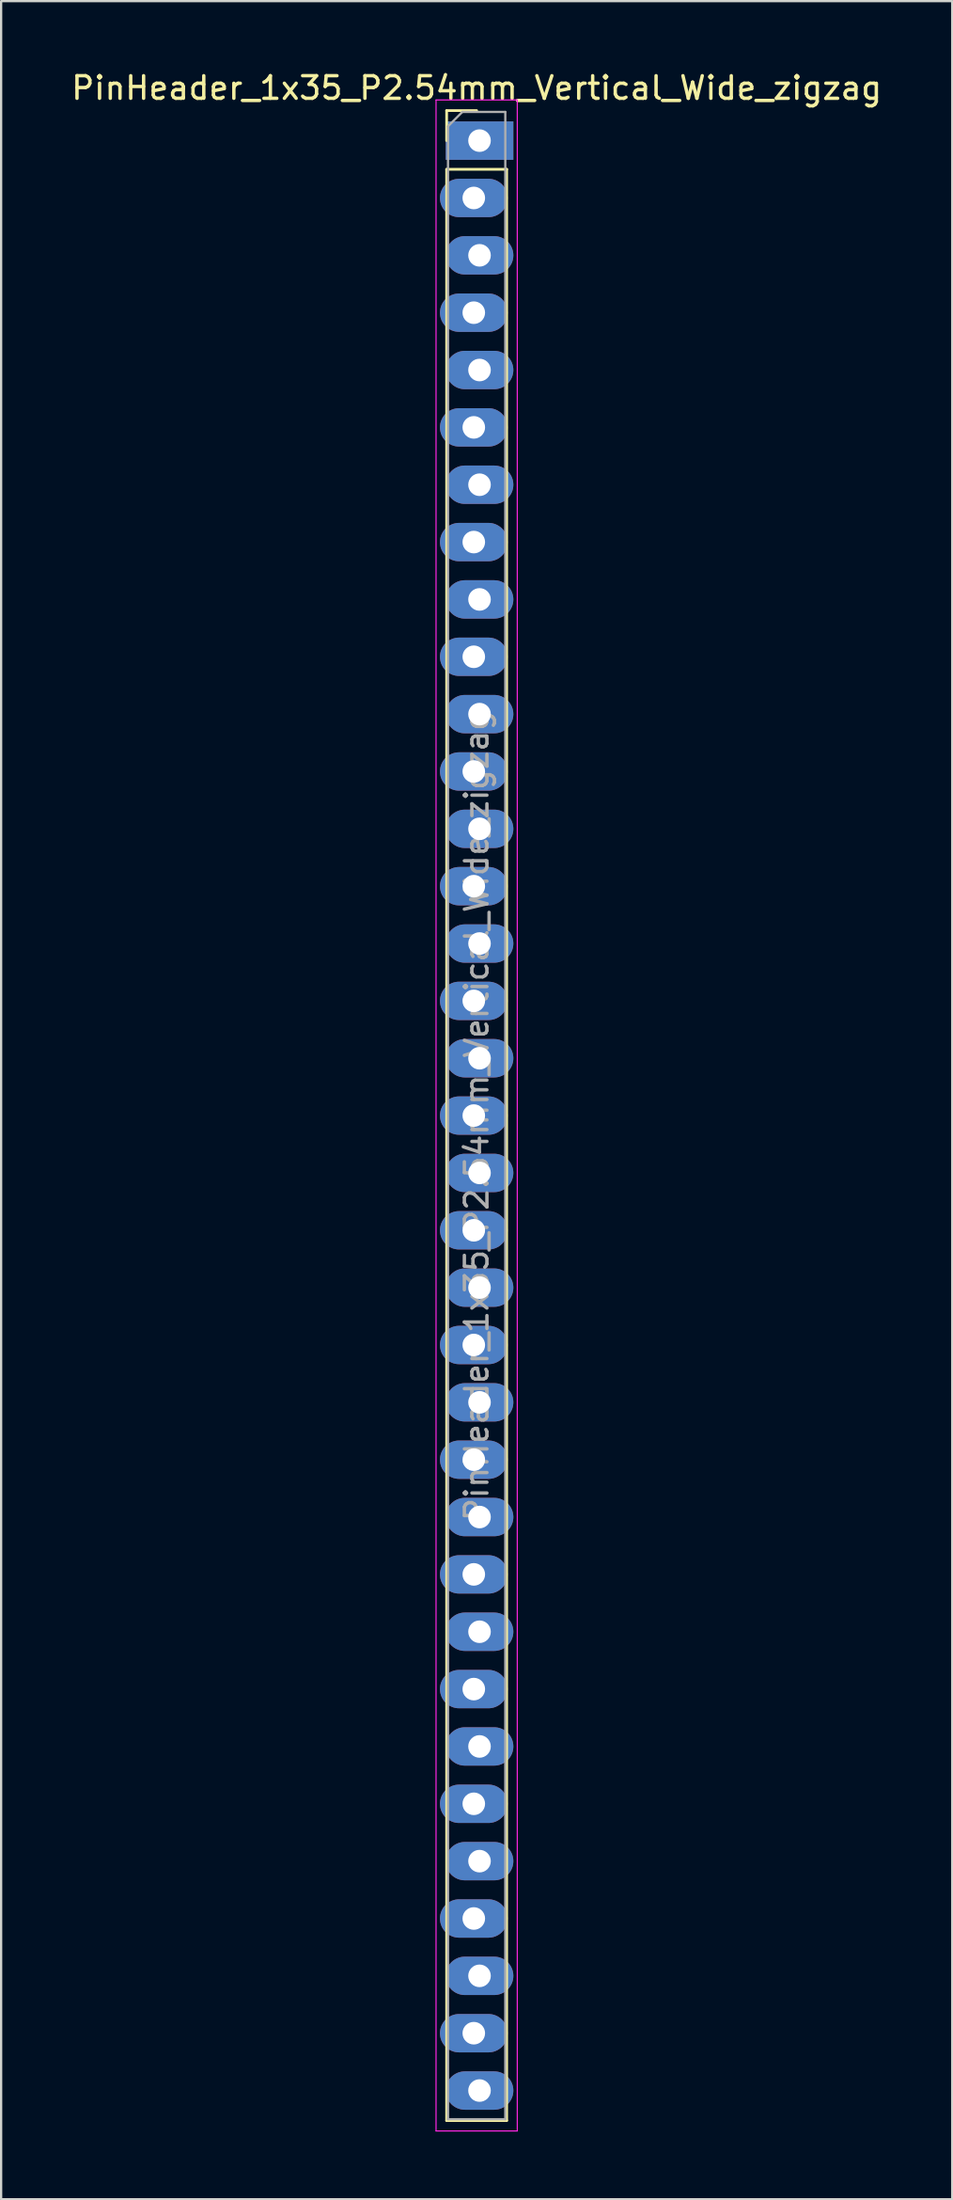
<source format=kicad_pcb>
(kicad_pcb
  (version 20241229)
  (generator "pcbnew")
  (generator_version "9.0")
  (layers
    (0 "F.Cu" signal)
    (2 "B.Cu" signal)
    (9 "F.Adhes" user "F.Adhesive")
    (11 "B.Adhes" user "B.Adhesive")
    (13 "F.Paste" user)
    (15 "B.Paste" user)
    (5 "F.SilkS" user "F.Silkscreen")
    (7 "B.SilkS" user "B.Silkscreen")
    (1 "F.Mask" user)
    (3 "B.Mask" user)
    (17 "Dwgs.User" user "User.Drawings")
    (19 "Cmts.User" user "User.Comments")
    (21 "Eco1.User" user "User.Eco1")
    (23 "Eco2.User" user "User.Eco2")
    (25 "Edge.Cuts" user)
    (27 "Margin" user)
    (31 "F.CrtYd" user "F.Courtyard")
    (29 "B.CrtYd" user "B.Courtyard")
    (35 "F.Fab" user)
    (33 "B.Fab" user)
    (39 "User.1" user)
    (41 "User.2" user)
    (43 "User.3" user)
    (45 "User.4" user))
  (footprint "PinHeader_1x35_P2.54mm_Vertical_Wide_zigzag"
    (layer "F.Cu")
    (at 18.077 3.178)
    (property "Reference" "PinHeader_1x35_P2.54mm_Vertical_Wide_zigzag" (at 0 -2.33 0) (layer "F.SilkS") (effects (font (size 1 1) (thickness 0.15))))
    (attr through_hole)
    (fp_line (start -1.33 -1.33) (end 0 -1.33) (stroke (width 0.12) (type solid)) (layer "F.SilkS"))
    (fp_line (start -1.33 0) (end -1.33 -1.33) (stroke (width 0.12) (type solid)) (layer "F.SilkS"))
    (fp_line (start -1.33 1.27) (end -1.33 87.69) (stroke (width 0.12) (type solid)) (layer "F.SilkS"))
    (fp_line (start -1.33 1.27) (end 1.33 1.27) (stroke (width 0.12) (type solid)) (layer "F.SilkS"))
    (fp_line (start -1.33 87.69) (end 1.33 87.69) (stroke (width 0.12) (type solid)) (layer "F.SilkS"))
    (fp_line (start 1.33 1.27) (end 1.33 87.69) (stroke (width 0.12) (type solid)) (layer "F.SilkS"))
    (fp_line (start -1.8 -1.8) (end -1.8 88.15) (stroke (width 0.05) (type solid)) (layer "F.CrtYd"))
    (fp_line (start -1.8 88.15) (end 1.8 88.15) (stroke (width 0.05) (type solid)) (layer "F.CrtYd"))
    (fp_line (start 1.8 -1.8) (end -1.8 -1.8) (stroke (width 0.05) (type solid)) (layer "F.CrtYd"))
    (fp_line (start 1.8 88.15) (end 1.8 -1.8) (stroke (width 0.05) (type solid)) (layer "F.CrtYd"))
    (fp_line (start -1.27 -0.635) (end -0.635 -1.27) (stroke (width 0.1) (type solid)) (layer "F.Fab"))
    (fp_line (start -1.27 87.63) (end -1.27 -0.635) (stroke (width 0.1) (type solid)) (layer "F.Fab"))
    (fp_line (start -0.635 -1.27) (end 1.27 -1.27) (stroke (width 0.1) (type solid)) (layer "F.Fab"))
    (fp_line (start 1.27 -1.27) (end 1.27 87.63) (stroke (width 0.1) (type solid)) (layer "F.Fab"))
    (fp_line (start 1.27 87.63) (end -1.27 87.63) (stroke (width 0.1) (type solid)) (layer "F.Fab"))
    (fp_text user "${REFERENCE}" (at 0 43.18 90) (layer "F.Fab") (effects (font (size 1 1) (thickness 0.15))))
    (pad "1" thru_hole rect (at 0.127 0) (size 3 1.7) (drill 1) (layers "*.Cu" "*.Mask"))
    (pad "2" thru_hole oval (at -0.127 2.54) (size 3 1.7) (drill 1) (layers "*.Cu" "*.Mask"))
    (pad "3" thru_hole oval (at 0.127 5.08) (size 3 1.7) (drill 1) (layers "*.Cu" "*.Mask"))
    (pad "4" thru_hole oval (at -0.127 7.62) (size 3 1.7) (drill 1) (layers "*.Cu" "*.Mask"))
    (pad "5" thru_hole oval (at 0.127 10.16) (size 3 1.7) (drill 1) (layers "*.Cu" "*.Mask"))
    (pad "6" thru_hole oval (at -0.127 12.7) (size 3 1.7) (drill 1) (layers "*.Cu" "*.Mask"))
    (pad "7" thru_hole oval (at 0.127 15.24) (size 3 1.7) (drill 1) (layers "*.Cu" "*.Mask"))
    (pad "8" thru_hole oval (at -0.127 17.78) (size 3 1.7) (drill 1) (layers "*.Cu" "*.Mask"))
    (pad "9" thru_hole oval (at 0.127 20.32) (size 3 1.7) (drill 1) (layers "*.Cu" "*.Mask"))
    (pad "10" thru_hole oval (at -0.127 22.86) (size 3 1.7) (drill 1) (layers "*.Cu" "*.Mask"))
    (pad "11" thru_hole oval (at 0.127 25.4) (size 3 1.7) (drill 1) (layers "*.Cu" "*.Mask"))
    (pad "12" thru_hole oval (at -0.127 27.94) (size 3 1.7) (drill 1) (layers "*.Cu" "*.Mask"))
    (pad "13" thru_hole oval (at 0.127 30.48) (size 3 1.7) (drill 1) (layers "*.Cu" "*.Mask"))
    (pad "14" thru_hole oval (at -0.127 33.02) (size 3 1.7) (drill 1) (layers "*.Cu" "*.Mask"))
    (pad "15" thru_hole oval (at 0.127 35.56) (size 3 1.7) (drill 1) (layers "*.Cu" "*.Mask"))
    (pad "16" thru_hole oval (at -0.127 38.1) (size 3 1.7) (drill 1) (layers "*.Cu" "*.Mask"))
    (pad "17" thru_hole oval (at 0.127 40.64) (size 3 1.7) (drill 1) (layers "*.Cu" "*.Mask"))
    (pad "18" thru_hole oval (at -0.127 43.18) (size 3 1.7) (drill 1) (layers "*.Cu" "*.Mask"))
    (pad "19" thru_hole oval (at 0.127 45.72) (size 3 1.7) (drill 1) (layers "*.Cu" "*.Mask"))
    (pad "20" thru_hole oval (at -0.127 48.26) (size 3 1.7) (drill 1) (layers "*.Cu" "*.Mask"))
    (pad "21" thru_hole oval (at 0.127 50.8) (size 3 1.7) (drill 1) (layers "*.Cu" "*.Mask"))
    (pad "22" thru_hole oval (at -0.127 53.34) (size 3 1.7) (drill 1) (layers "*.Cu" "*.Mask"))
    (pad "23" thru_hole oval (at 0.127 55.88) (size 3 1.7) (drill 1) (layers "*.Cu" "*.Mask"))
    (pad "24" thru_hole oval (at -0.127 58.42) (size 3 1.7) (drill 1) (layers "*.Cu" "*.Mask"))
    (pad "25" thru_hole oval (at 0.127 60.96) (size 3 1.7) (drill 1) (layers "*.Cu" "*.Mask"))
    (pad "26" thru_hole oval (at -0.127 63.5) (size 3 1.7) (drill 1) (layers "*.Cu" "*.Mask"))
    (pad "27" thru_hole oval (at 0.127 66.04) (size 3 1.7) (drill 1) (layers "*.Cu" "*.Mask"))
    (pad "28" thru_hole oval (at -0.127 68.58) (size 3 1.7) (drill 1) (layers "*.Cu" "*.Mask"))
    (pad "29" thru_hole oval (at 0.127 71.12) (size 3 1.7) (drill 1) (layers "*.Cu" "*.Mask"))
    (pad "30" thru_hole oval (at -0.127 73.66) (size 3 1.7) (drill 1) (layers "*.Cu" "*.Mask"))
    (pad "31" thru_hole oval (at 0.127 76.2) (size 3 1.7) (drill 1) (layers "*.Cu" "*.Mask"))
    (pad "32" thru_hole oval (at -0.127 78.74) (size 3 1.7) (drill 1) (layers "*.Cu" "*.Mask"))
    (pad "33" thru_hole oval (at 0.127 81.28) (size 3 1.7) (drill 1) (layers "*.Cu" "*.Mask"))
    (pad "34" thru_hole oval (at -0.127 83.82) (size 3 1.7) (drill 1) (layers "*.Cu" "*.Mask"))
    (pad "35" thru_hole oval (at 0.127 86.36) (size 3 1.7) (drill 1) (layers "*.Cu" "*.Mask")))
  (gr_rect
    (start -3 -3)
    (end 39.155 94.353)
    (stroke (width 0.1) (type default))
    (fill no)
    (layer "Edge.Cuts")))
</source>
